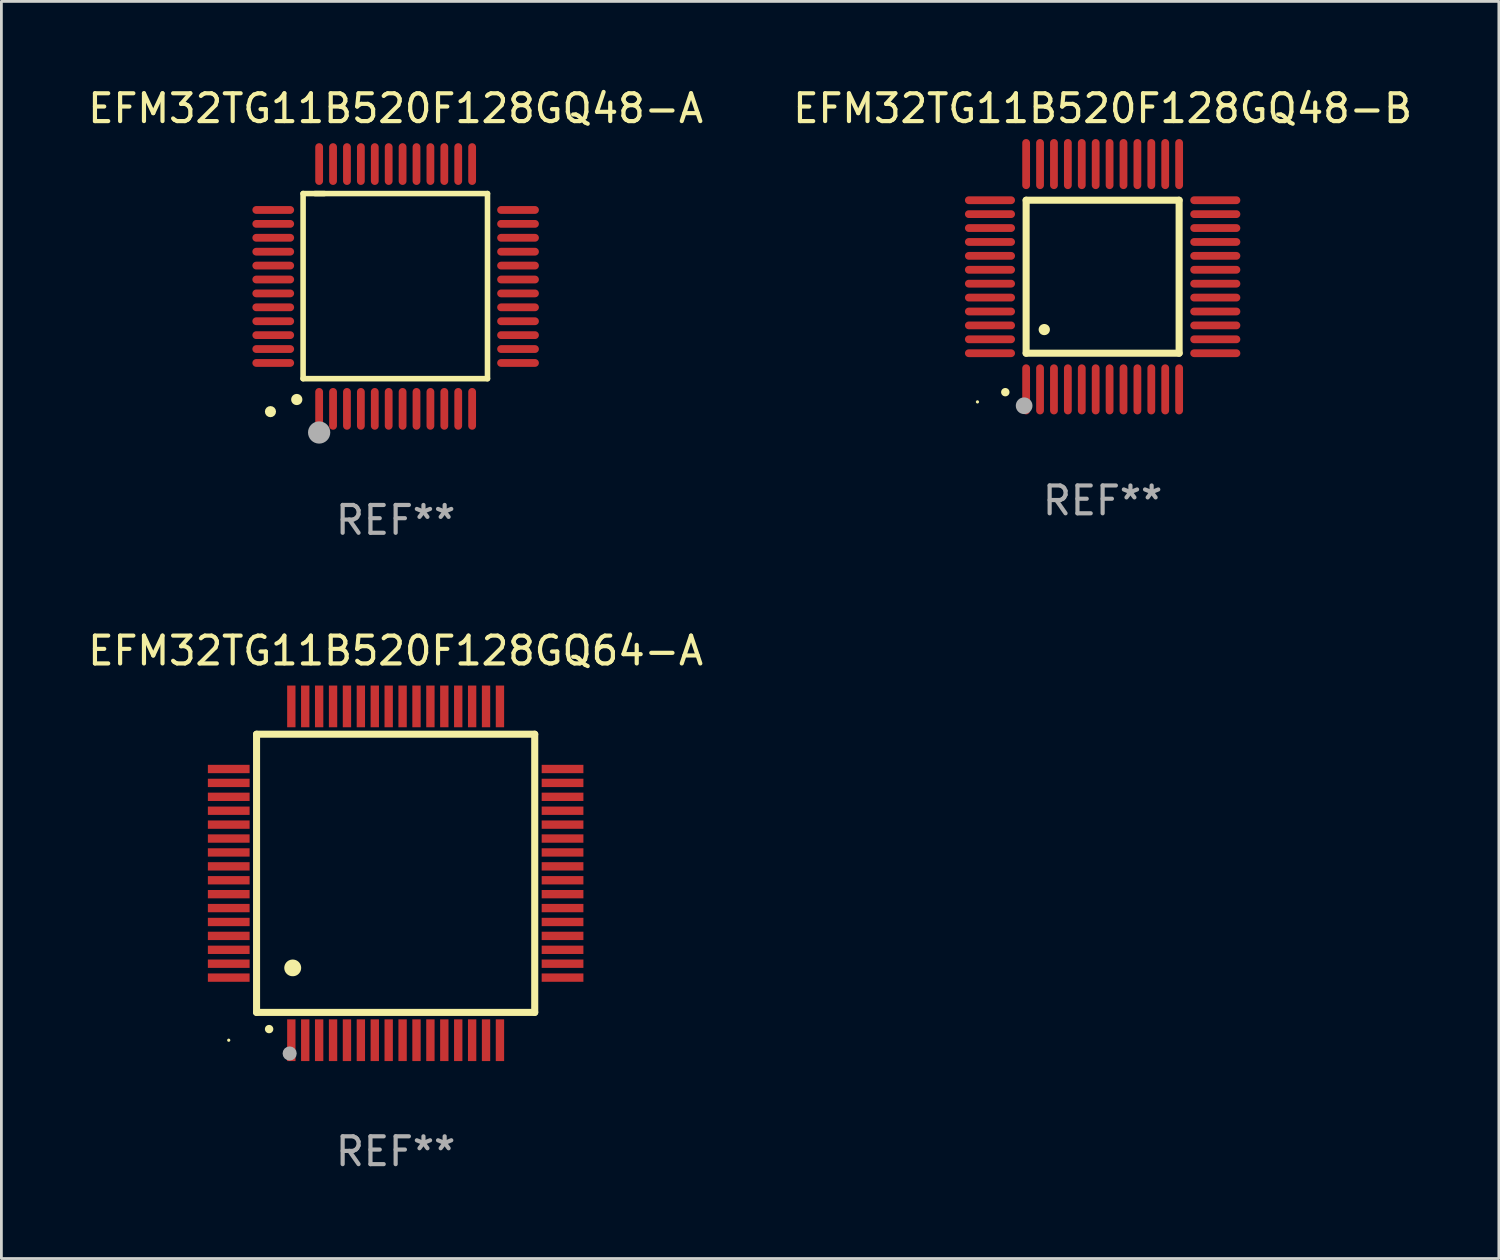
<source format=kicad_pcb>
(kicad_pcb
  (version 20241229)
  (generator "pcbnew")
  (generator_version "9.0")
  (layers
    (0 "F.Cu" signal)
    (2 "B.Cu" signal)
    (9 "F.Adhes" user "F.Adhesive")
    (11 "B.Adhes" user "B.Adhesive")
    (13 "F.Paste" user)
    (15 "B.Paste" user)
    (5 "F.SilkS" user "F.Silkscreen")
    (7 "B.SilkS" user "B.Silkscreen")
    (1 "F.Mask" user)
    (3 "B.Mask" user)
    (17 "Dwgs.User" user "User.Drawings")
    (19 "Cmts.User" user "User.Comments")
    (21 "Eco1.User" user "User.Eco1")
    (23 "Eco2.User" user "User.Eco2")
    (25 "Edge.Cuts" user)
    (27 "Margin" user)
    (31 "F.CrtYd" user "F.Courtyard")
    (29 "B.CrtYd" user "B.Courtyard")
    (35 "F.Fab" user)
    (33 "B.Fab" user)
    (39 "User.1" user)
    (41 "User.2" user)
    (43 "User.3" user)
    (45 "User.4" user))
  (footprint "EFM32TG11B520F128GQ48-B"
    (layer "F.Cu")
    (at 36.589 6.898)
    (property "Reference" "EFM32TG11B520F128GQ48-B" (at 0 -6.05 0) (layer "F.SilkS") (effects (font (size 1 1) (thickness 0.15))))
    (attr through_hole)
    (fp_line (start -2.75 -2.75) (end 2.75 -2.75) (stroke (width 0.254) (type solid)) (layer "F.SilkS"))
    (fp_line (start -2.75 2.75) (end -2.75 -2.75) (stroke (width 0.254) (type solid)) (layer "F.SilkS"))
    (fp_line (start 2.75 -2.75) (end 2.75 2.75) (stroke (width 0.254) (type solid)) (layer "F.SilkS"))
    (fp_line (start 2.75 2.75) (end -2.75 2.75) (stroke (width 0.254) (type solid)) (layer "F.SilkS"))
    (fp_arc (start -3.500127 4.150368) (mid -3.498857 4.150363) (end -3.497587 4.150368) (stroke (width 0.3) (type solid)) (layer "F.SilkS"))
    (fp_arc (start -2.100584 1.899924) (mid -2.098044 1.899908) (end -2.095504 1.899924) (stroke (width 0.4) (type solid)) (layer "F.SilkS"))
    (fp_circle (center -4.5 4.5) (end -4.47 4.5) (stroke (width 0.06) (type solid)) (fill no) (layer "F.SilkS"))
    (fp_circle (center -2.822 4.638) (end -2.672 4.638) (stroke (width 0.3) (type solid)) (fill no) (layer "F.Fab"))
    (fp_text user "REF**" (at 0 8.05 0) (layer "F.Fab") (effects (font (size 1 1) (thickness 0.15))))
    (pad "1" smd oval (at -2.75 4.05) (size 0.28 1.8) (layers "F.Cu" "F.Mask" "F.Paste"))
    (pad "2" smd oval (at -2.25 4.05) (size 0.28 1.8) (layers "F.Cu" "F.Mask" "F.Paste"))
    (pad "3" smd oval (at -1.75 4.05) (size 0.28 1.8) (layers "F.Cu" "F.Mask" "F.Paste"))
    (pad "4" smd oval (at -1.25 4.05) (size 0.28 1.8) (layers "F.Cu" "F.Mask" "F.Paste"))
    (pad "5" smd oval (at -0.75 4.05) (size 0.28 1.8) (layers "F.Cu" "F.Mask" "F.Paste"))
    (pad "6" smd oval (at -0.25 4.05) (size 0.28 1.8) (layers "F.Cu" "F.Mask" "F.Paste"))
    (pad "7" smd oval (at 0.25 4.05) (size 0.28 1.8) (layers "F.Cu" "F.Mask" "F.Paste"))
    (pad "8" smd oval (at 0.75 4.05) (size 0.28 1.8) (layers "F.Cu" "F.Mask" "F.Paste"))
    (pad "9" smd oval (at 1.25 4.05) (size 0.28 1.8) (layers "F.Cu" "F.Mask" "F.Paste"))
    (pad "10" smd oval (at 1.75 4.05) (size 0.28 1.8) (layers "F.Cu" "F.Mask" "F.Paste"))
    (pad "11" smd oval (at 2.25 4.05) (size 0.28 1.8) (layers "F.Cu" "F.Mask" "F.Paste"))
    (pad "12" smd oval (at 2.75 4.05) (size 0.28 1.8) (layers "F.Cu" "F.Mask" "F.Paste"))
    (pad "13" smd oval (at 4.05 2.75) (size 1.8 0.28) (layers "F.Cu" "F.Mask" "F.Paste"))
    (pad "14" smd oval (at 4.05 2.25) (size 1.8 0.28) (layers "F.Cu" "F.Mask" "F.Paste"))
    (pad "15" smd oval (at 4.05 1.75) (size 1.8 0.28) (layers "F.Cu" "F.Mask" "F.Paste"))
    (pad "16" smd oval (at 4.05 1.25) (size 1.8 0.28) (layers "F.Cu" "F.Mask" "F.Paste"))
    (pad "17" smd oval (at 4.05 0.75) (size 1.8 0.28) (layers "F.Cu" "F.Mask" "F.Paste"))
    (pad "18" smd oval (at 4.05 0.25) (size 1.8 0.28) (layers "F.Cu" "F.Mask" "F.Paste"))
    (pad "19" smd oval (at 4.05 -0.25) (size 1.8 0.28) (layers "F.Cu" "F.Mask" "F.Paste"))
    (pad "20" smd oval (at 4.05 -0.75) (size 1.8 0.28) (layers "F.Cu" "F.Mask" "F.Paste"))
    (pad "21" smd oval (at 4.05 -1.25) (size 1.8 0.28) (layers "F.Cu" "F.Mask" "F.Paste"))
    (pad "22" smd oval (at 4.05 -1.75) (size 1.8 0.28) (layers "F.Cu" "F.Mask" "F.Paste"))
    (pad "23" smd oval (at 4.05 -2.25) (size 1.8 0.28) (layers "F.Cu" "F.Mask" "F.Paste"))
    (pad "24" smd oval (at 4.05 -2.75) (size 1.8 0.28) (layers "F.Cu" "F.Mask" "F.Paste"))
    (pad "25" smd oval (at 2.75 -4.05) (size 0.28 1.8) (layers "F.Cu" "F.Mask" "F.Paste"))
    (pad "26" smd oval (at 2.25 -4.05) (size 0.28 1.8) (layers "F.Cu" "F.Mask" "F.Paste"))
    (pad "27" smd oval (at 1.75 -4.05) (size 0.28 1.8) (layers "F.Cu" "F.Mask" "F.Paste"))
    (pad "28" smd oval (at 1.25 -4.05) (size 0.28 1.8) (layers "F.Cu" "F.Mask" "F.Paste"))
    (pad "29" smd oval (at 0.75 -4.05) (size 0.28 1.8) (layers "F.Cu" "F.Mask" "F.Paste"))
    (pad "30" smd oval (at 0.25 -4.05) (size 0.28 1.8) (layers "F.Cu" "F.Mask" "F.Paste"))
    (pad "31" smd oval (at -0.25 -4.05) (size 0.28 1.8) (layers "F.Cu" "F.Mask" "F.Paste"))
    (pad "32" smd oval (at -0.75 -4.05) (size 0.28 1.8) (layers "F.Cu" "F.Mask" "F.Paste"))
    (pad "33" smd oval (at -1.25 -4.05) (size 0.28 1.8) (layers "F.Cu" "F.Mask" "F.Paste"))
    (pad "34" smd oval (at -1.75 -4.05) (size 0.28 1.8) (layers "F.Cu" "F.Mask" "F.Paste"))
    (pad "35" smd oval (at -2.25 -4.05) (size 0.28 1.8) (layers "F.Cu" "F.Mask" "F.Paste"))
    (pad "36" smd oval (at -2.75 -4.05) (size 0.28 1.8) (layers "F.Cu" "F.Mask" "F.Paste"))
    (pad "37" smd oval (at -4.05 -2.75) (size 1.8 0.28) (layers "F.Cu" "F.Mask" "F.Paste"))
    (pad "38" smd oval (at -4.05 -2.25) (size 1.8 0.28) (layers "F.Cu" "F.Mask" "F.Paste"))
    (pad "39" smd oval (at -4.05 -1.75) (size 1.8 0.28) (layers "F.Cu" "F.Mask" "F.Paste"))
    (pad "40" smd oval (at -4.05 -1.25) (size 1.8 0.28) (layers "F.Cu" "F.Mask" "F.Paste"))
    (pad "41" smd oval (at -4.05 -0.75) (size 1.8 0.28) (layers "F.Cu" "F.Mask" "F.Paste"))
    (pad "42" smd oval (at -4.05 -0.25) (size 1.8 0.28) (layers "F.Cu" "F.Mask" "F.Paste"))
    (pad "43" smd oval (at -4.05 0.25) (size 1.8 0.28) (layers "F.Cu" "F.Mask" "F.Paste"))
    (pad "44" smd oval (at -4.05 0.75) (size 1.8 0.28) (layers "F.Cu" "F.Mask" "F.Paste"))
    (pad "45" smd oval (at -4.05 1.25) (size 1.8 0.28) (layers "F.Cu" "F.Mask" "F.Paste"))
    (pad "46" smd oval (at -4.05 1.75) (size 1.8 0.28) (layers "F.Cu" "F.Mask" "F.Paste"))
    (pad "47" smd oval (at -4.05 2.25) (size 1.8 0.28) (layers "F.Cu" "F.Mask" "F.Paste"))
    (pad "48" smd oval (at -4.05 2.75) (size 1.8 0.28) (layers "F.Cu" "F.Mask" "F.Paste")))
  (footprint "EFM32TG11B520F128GQ48-A"
    (layer "F.Cu")
    (at 11.173 7.248)
    (property "Reference" "EFM32TG11B520F128GQ48-A" (at 0 -6.4 0) (layer "F.SilkS") (effects (font (size 1 1) (thickness 0.15))))
    (attr through_hole)
    (fp_line (start -3.327 -3.34) (end -2.565 -3.34) (stroke (width 0.2) (type solid)) (layer "F.SilkS"))
    (fp_line (start -3.327 3.315) (end -3.327 -3.34) (stroke (width 0.2) (type solid)) (layer "F.SilkS"))
    (fp_line (start -2.896 -3.34) (end 3.302 -3.34) (stroke (width 0.2) (type solid)) (layer "F.SilkS"))
    (fp_line (start 3.302 -3.34) (end 3.302 3.315) (stroke (width 0.2) (type solid)) (layer "F.SilkS"))
    (fp_line (start 3.302 3.315) (end -3.327 3.315) (stroke (width 0.2) (type solid)) (layer "F.SilkS"))
    (fp_arc (start -3.556007 4.064008) (mid -3.554737 4.064004) (end -3.553467 4.064008) (stroke (width 0.4) (type solid)) (layer "F.SilkS"))
    (fp_circle (center -4.5 4.5) (end -4.4 4.5) (stroke (width 0.2) (type solid)) (fill no) (layer "F.SilkS"))
    (fp_circle (center -2.75 5.25) (end -2.55 5.25) (stroke (width 0.4) (type solid)) (fill no) (layer "F.Fab"))
    (fp_text user "REF**" (at 0 8.4 0) (layer "F.Fab") (effects (font (size 1 1) (thickness 0.15))))
    (pad "1" smd oval (at -2.75 4.4 180) (size 0.28 1.5) (layers "F.Cu" "F.Mask" "F.Paste"))
    (pad "2" smd oval (at -2.25 4.4 180) (size 0.28 1.5) (layers "F.Cu" "F.Mask" "F.Paste"))
    (pad "3" smd oval (at -1.75 4.4 180) (size 0.28 1.5) (layers "F.Cu" "F.Mask" "F.Paste"))
    (pad "4" smd oval (at -1.25 4.4 180) (size 0.28 1.5) (layers "F.Cu" "F.Mask" "F.Paste"))
    (pad "5" smd oval (at -0.75 4.4 180) (size 0.28 1.5) (layers "F.Cu" "F.Mask" "F.Paste"))
    (pad "6" smd oval (at -0.25 4.4 180) (size 0.28 1.5) (layers "F.Cu" "F.Mask" "F.Paste"))
    (pad "7" smd oval (at 0.25 4.4 180) (size 0.28 1.5) (layers "F.Cu" "F.Mask" "F.Paste"))
    (pad "8" smd oval (at 0.75 4.4 180) (size 0.28 1.5) (layers "F.Cu" "F.Mask" "F.Paste"))
    (pad "9" smd oval (at 1.25 4.4 180) (size 0.28 1.5) (layers "F.Cu" "F.Mask" "F.Paste"))
    (pad "10" smd oval (at 1.75 4.4 180) (size 0.28 1.5) (layers "F.Cu" "F.Mask" "F.Paste"))
    (pad "11" smd oval (at 2.25 4.4 180) (size 0.28 1.5) (layers "F.Cu" "F.Mask" "F.Paste"))
    (pad "12" smd oval (at 2.75 4.4 180) (size 0.28 1.5) (layers "F.Cu" "F.Mask" "F.Paste"))
    (pad "13" smd oval (at 4.4 2.75 90) (size 0.28 1.5) (layers "F.Cu" "F.Mask" "F.Paste"))
    (pad "14" smd oval (at 4.4 2.25 90) (size 0.28 1.5) (layers "F.Cu" "F.Mask" "F.Paste"))
    (pad "15" smd oval (at 4.4 1.75 90) (size 0.28 1.5) (layers "F.Cu" "F.Mask" "F.Paste"))
    (pad "16" smd oval (at 4.4 1.25 90) (size 0.28 1.5) (layers "F.Cu" "F.Mask" "F.Paste"))
    (pad "17" smd oval (at 4.4 0.75 90) (size 0.28 1.5) (layers "F.Cu" "F.Mask" "F.Paste"))
    (pad "18" smd oval (at 4.4 0.25 90) (size 0.28 1.5) (layers "F.Cu" "F.Mask" "F.Paste"))
    (pad "19" smd oval (at 4.4 -0.25 90) (size 0.28 1.5) (layers "F.Cu" "F.Mask" "F.Paste"))
    (pad "20" smd oval (at 4.4 -0.75 90) (size 0.28 1.5) (layers "F.Cu" "F.Mask" "F.Paste"))
    (pad "21" smd oval (at 4.4 -1.25 90) (size 0.28 1.5) (layers "F.Cu" "F.Mask" "F.Paste"))
    (pad "22" smd oval (at 4.4 -1.75 90) (size 0.28 1.5) (layers "F.Cu" "F.Mask" "F.Paste"))
    (pad "23" smd oval (at 4.4 -2.25 90) (size 0.28 1.5) (layers "F.Cu" "F.Mask" "F.Paste"))
    (pad "24" smd oval (at 4.4 -2.75 90) (size 0.28 1.5) (layers "F.Cu" "F.Mask" "F.Paste"))
    (pad "25" smd oval (at 2.75 -4.4 180) (size 0.28 1.5) (layers "F.Cu" "F.Mask" "F.Paste"))
    (pad "26" smd oval (at 2.25 -4.4 180) (size 0.28 1.5) (layers "F.Cu" "F.Mask" "F.Paste"))
    (pad "27" smd oval (at 1.75 -4.4 180) (size 0.28 1.5) (layers "F.Cu" "F.Mask" "F.Paste"))
    (pad "28" smd oval (at 1.25 -4.4 180) (size 0.28 1.5) (layers "F.Cu" "F.Mask" "F.Paste"))
    (pad "29" smd oval (at 0.75 -4.4 180) (size 0.28 1.5) (layers "F.Cu" "F.Mask" "F.Paste"))
    (pad "30" smd oval (at 0.25 -4.4 180) (size 0.28 1.5) (layers "F.Cu" "F.Mask" "F.Paste"))
    (pad "31" smd oval (at -0.25 -4.4 180) (size 0.28 1.5) (layers "F.Cu" "F.Mask" "F.Paste"))
    (pad "32" smd oval (at -0.75 -4.4 180) (size 0.28 1.5) (layers "F.Cu" "F.Mask" "F.Paste"))
    (pad "33" smd oval (at -1.25 -4.4 180) (size 0.28 1.5) (layers "F.Cu" "F.Mask" "F.Paste"))
    (pad "34" smd oval (at -1.75 -4.4 180) (size 0.28 1.5) (layers "F.Cu" "F.Mask" "F.Paste"))
    (pad "35" smd oval (at -2.25 -4.4 180) (size 0.28 1.5) (layers "F.Cu" "F.Mask" "F.Paste"))
    (pad "36" smd oval (at -2.75 -4.4 180) (size 0.28 1.5) (layers "F.Cu" "F.Mask" "F.Paste"))
    (pad "37" smd oval (at -4.4 -2.75 90) (size 0.28 1.5) (layers "F.Cu" "F.Mask" "F.Paste"))
    (pad "38" smd oval (at -4.4 -2.25 90) (size 0.28 1.5) (layers "F.Cu" "F.Mask" "F.Paste"))
    (pad "39" smd oval (at -4.4 -1.75 90) (size 0.28 1.5) (layers "F.Cu" "F.Mask" "F.Paste"))
    (pad "40" smd oval (at -4.4 -1.25 90) (size 0.28 1.5) (layers "F.Cu" "F.Mask" "F.Paste"))
    (pad "41" smd oval (at -4.4 -0.75 90) (size 0.28 1.5) (layers "F.Cu" "F.Mask" "F.Paste"))
    (pad "42" smd oval (at -4.4 -0.25 90) (size 0.28 1.5) (layers "F.Cu" "F.Mask" "F.Paste"))
    (pad "43" smd oval (at -4.4 0.25 90) (size 0.28 1.5) (layers "F.Cu" "F.Mask" "F.Paste"))
    (pad "44" smd oval (at -4.4 0.75 90) (size 0.28 1.5) (layers "F.Cu" "F.Mask" "F.Paste"))
    (pad "45" smd oval (at -4.4 1.25 90) (size 0.28 1.5) (layers "F.Cu" "F.Mask" "F.Paste"))
    (pad "46" smd oval (at -4.4 1.75 90) (size 0.28 1.5) (layers "F.Cu" "F.Mask" "F.Paste"))
    (pad "47" smd oval (at -4.4 2.25 90) (size 0.28 1.5) (layers "F.Cu" "F.Mask" "F.Paste"))
    (pad "48" smd oval (at -4.4 2.75 90) (size 0.28 1.5) (layers "F.Cu" "F.Mask" "F.Paste")))
  (footprint "EFM32TG11B520F128GQ64-A"
    (layer "F.Cu")
    (at 11.173 28.345)
    (property "Reference" "EFM32TG11B520F128GQ64-A" (at 0 -8 0) (layer "F.SilkS") (effects (font (size 1 1) (thickness 0.15))))
    (attr through_hole)
    (fp_line (start -5 -5) (end -5 5) (stroke (width 0.254) (type solid)) (layer "F.SilkS"))
    (fp_line (start -5 -5) (end 5 -5) (stroke (width 0.254) (type solid)) (layer "F.SilkS"))
    (fp_line (start -5 5) (end 5 5) (stroke (width 0.254) (type solid)) (layer "F.SilkS"))
    (fp_line (start 5 -5) (end 5 5) (stroke (width 0.254) (type solid)) (layer "F.SilkS"))
    (fp_arc (start -4.549987 5.6) (mid -4.548717 5.599995) (end -4.547447 5.6) (stroke (width 0.3) (type solid)) (layer "F.SilkS"))
    (fp_arc (start -3.703835 3.400076) (mid -3.700025 3.400052) (end -3.696215 3.400076) (stroke (width 0.6) (type solid)) (layer "F.SilkS"))
    (fp_circle (center -6 6) (end -5.97 6) (stroke (width 0.06) (type solid)) (fill no) (layer "F.SilkS"))
    (fp_circle (center -3.81 6.477) (end -3.683 6.477) (stroke (width 0.254) (type solid)) (fill no) (layer "F.Fab"))
    (fp_text user "REF**" (at 0 10 0) (layer "F.Fab") (effects (font (size 1 1) (thickness 0.15))))
    (pad "1" smd rect (at -3.75 6 180) (size 0.3 1.5) (layers "F.Cu" "F.Mask" "F.Paste"))
    (pad "2" smd rect (at -3.25 6 180) (size 0.3 1.5) (layers "F.Cu" "F.Mask" "F.Paste"))
    (pad "3" smd rect (at -2.75 6 180) (size 0.3 1.5) (layers "F.Cu" "F.Mask" "F.Paste"))
    (pad "4" smd rect (at -2.25 6 180) (size 0.3 1.5) (layers "F.Cu" "F.Mask" "F.Paste"))
    (pad "5" smd rect (at -1.75 6 180) (size 0.3 1.5) (layers "F.Cu" "F.Mask" "F.Paste"))
    (pad "6" smd rect (at -1.25 6 180) (size 0.3 1.5) (layers "F.Cu" "F.Mask" "F.Paste"))
    (pad "7" smd rect (at -0.75 6 180) (size 0.3 1.5) (layers "F.Cu" "F.Mask" "F.Paste"))
    (pad "8" smd rect (at -0.25 6 180) (size 0.3 1.5) (layers "F.Cu" "F.Mask" "F.Paste"))
    (pad "9" smd rect (at 0.25 6 180) (size 0.3 1.5) (layers "F.Cu" "F.Mask" "F.Paste"))
    (pad "10" smd rect (at 0.75 6 180) (size 0.3 1.5) (layers "F.Cu" "F.Mask" "F.Paste"))
    (pad "11" smd rect (at 1.25 6 180) (size 0.3 1.5) (layers "F.Cu" "F.Mask" "F.Paste"))
    (pad "12" smd rect (at 1.75 6 180) (size 0.3 1.5) (layers "F.Cu" "F.Mask" "F.Paste"))
    (pad "13" smd rect (at 2.25 6 180) (size 0.3 1.5) (layers "F.Cu" "F.Mask" "F.Paste"))
    (pad "14" smd rect (at 2.75 6 180) (size 0.3 1.5) (layers "F.Cu" "F.Mask" "F.Paste"))
    (pad "15" smd rect (at 3.25 6 180) (size 0.3 1.5) (layers "F.Cu" "F.Mask" "F.Paste"))
    (pad "16" smd rect (at 3.75 6 180) (size 0.3 1.5) (layers "F.Cu" "F.Mask" "F.Paste"))
    (pad "17" smd rect (at 6 3.75 90) (size 0.3 1.5) (layers "F.Cu" "F.Mask" "F.Paste"))
    (pad "18" smd rect (at 6 3.25 90) (size 0.3 1.5) (layers "F.Cu" "F.Mask" "F.Paste"))
    (pad "19" smd rect (at 6 2.75 90) (size 0.3 1.5) (layers "F.Cu" "F.Mask" "F.Paste"))
    (pad "20" smd rect (at 6 2.25 90) (size 0.3 1.5) (layers "F.Cu" "F.Mask" "F.Paste"))
    (pad "21" smd rect (at 6 1.75 90) (size 0.3 1.5) (layers "F.Cu" "F.Mask" "F.Paste"))
    (pad "22" smd rect (at 6 1.25 90) (size 0.3 1.5) (layers "F.Cu" "F.Mask" "F.Paste"))
    (pad "23" smd rect (at 6 0.75 90) (size 0.3 1.5) (layers "F.Cu" "F.Mask" "F.Paste"))
    (pad "24" smd rect (at 6 0.25 90) (size 0.3 1.5) (layers "F.Cu" "F.Mask" "F.Paste"))
    (pad "25" smd rect (at 6 -0.25 90) (size 0.3 1.5) (layers "F.Cu" "F.Mask" "F.Paste"))
    (pad "26" smd rect (at 6 -0.75 90) (size 0.3 1.5) (layers "F.Cu" "F.Mask" "F.Paste"))
    (pad "27" smd rect (at 6 -1.25 90) (size 0.3 1.5) (layers "F.Cu" "F.Mask" "F.Paste"))
    (pad "28" smd rect (at 6 -1.75 90) (size 0.3 1.5) (layers "F.Cu" "F.Mask" "F.Paste"))
    (pad "29" smd rect (at 6 -2.25 90) (size 0.3 1.5) (layers "F.Cu" "F.Mask" "F.Paste"))
    (pad "30" smd rect (at 6 -2.75 90) (size 0.3 1.5) (layers "F.Cu" "F.Mask" "F.Paste"))
    (pad "31" smd rect (at 6 -3.25 90) (size 0.3 1.5) (layers "F.Cu" "F.Mask" "F.Paste"))
    (pad "32" smd rect (at 6 -3.75 90) (size 0.3 1.5) (layers "F.Cu" "F.Mask" "F.Paste"))
    (pad "33" smd rect (at 3.75 -6 180) (size 0.3 1.5) (layers "F.Cu" "F.Mask" "F.Paste"))
    (pad "34" smd rect (at 3.25 -6 180) (size 0.3 1.5) (layers "F.Cu" "F.Mask" "F.Paste"))
    (pad "35" smd rect (at 2.75 -6 180) (size 0.3 1.5) (layers "F.Cu" "F.Mask" "F.Paste"))
    (pad "36" smd rect (at 2.25 -6 180) (size 0.3 1.5) (layers "F.Cu" "F.Mask" "F.Paste"))
    (pad "37" smd rect (at 1.75 -6 180) (size 0.3 1.5) (layers "F.Cu" "F.Mask" "F.Paste"))
    (pad "38" smd rect (at 1.25 -6 180) (size 0.3 1.5) (layers "F.Cu" "F.Mask" "F.Paste"))
    (pad "39" smd rect (at 0.75 -6 180) (size 0.3 1.5) (layers "F.Cu" "F.Mask" "F.Paste"))
    (pad "40" smd rect (at 0.25 -6 180) (size 0.3 1.5) (layers "F.Cu" "F.Mask" "F.Paste"))
    (pad "41" smd rect (at -0.25 -6 180) (size 0.3 1.5) (layers "F.Cu" "F.Mask" "F.Paste"))
    (pad "42" smd rect (at -0.75 -6 180) (size 0.3 1.5) (layers "F.Cu" "F.Mask" "F.Paste"))
    (pad "43" smd rect (at -1.25 -6 180) (size 0.3 1.5) (layers "F.Cu" "F.Mask" "F.Paste"))
    (pad "44" smd rect (at -1.75 -6 180) (size 0.3 1.5) (layers "F.Cu" "F.Mask" "F.Paste"))
    (pad "45" smd rect (at -2.25 -6 180) (size 0.3 1.5) (layers "F.Cu" "F.Mask" "F.Paste"))
    (pad "46" smd rect (at -2.75 -6 180) (size 0.3 1.5) (layers "F.Cu" "F.Mask" "F.Paste"))
    (pad "47" smd rect (at -3.25 -6 180) (size 0.3 1.5) (layers "F.Cu" "F.Mask" "F.Paste"))
    (pad "48" smd rect (at -3.75 -6 180) (size 0.3 1.5) (layers "F.Cu" "F.Mask" "F.Paste"))
    (pad "49" smd rect (at -6 -3.75 90) (size 0.3 1.5) (layers "F.Cu" "F.Mask" "F.Paste"))
    (pad "50" smd rect (at -6 -3.25 90) (size 0.3 1.5) (layers "F.Cu" "F.Mask" "F.Paste"))
    (pad "51" smd rect (at -6 -2.75 90) (size 0.3 1.5) (layers "F.Cu" "F.Mask" "F.Paste"))
    (pad "52" smd rect (at -6 -2.25 90) (size 0.3 1.5) (layers "F.Cu" "F.Mask" "F.Paste"))
    (pad "53" smd rect (at -6 -1.75 90) (size 0.3 1.5) (layers "F.Cu" "F.Mask" "F.Paste"))
    (pad "54" smd rect (at -6 -1.25 90) (size 0.3 1.5) (layers "F.Cu" "F.Mask" "F.Paste"))
    (pad "55" smd rect (at -6 -0.75 90) (size 0.3 1.5) (layers "F.Cu" "F.Mask" "F.Paste"))
    (pad "56" smd rect (at -6 -0.25 90) (size 0.3 1.5) (layers "F.Cu" "F.Mask" "F.Paste"))
    (pad "57" smd rect (at -6 0.25 90) (size 0.3 1.5) (layers "F.Cu" "F.Mask" "F.Paste"))
    (pad "58" smd rect (at -6 0.75 90) (size 0.3 1.5) (layers "F.Cu" "F.Mask" "F.Paste"))
    (pad "59" smd rect (at -6 1.25 90) (size 0.3 1.5) (layers "F.Cu" "F.Mask" "F.Paste"))
    (pad "60" smd rect (at -6 1.75 90) (size 0.3 1.5) (layers "F.Cu" "F.Mask" "F.Paste"))
    (pad "61" smd rect (at -6 2.25 90) (size 0.3 1.5) (layers "F.Cu" "F.Mask" "F.Paste"))
    (pad "62" smd rect (at -6 2.75 90) (size 0.3 1.5) (layers "F.Cu" "F.Mask" "F.Paste"))
    (pad "63" smd rect (at -6 3.25 90) (size 0.3 1.5) (layers "F.Cu" "F.Mask" "F.Paste"))
    (pad "64" smd rect (at -6 3.75 90) (size 0.3 1.5) (layers "F.Cu" "F.Mask" "F.Paste")))
  (gr_rect
    (start -3 -3)
    (end 50.833 42.193)
    (stroke (width 0.1) (type default))
    (fill no)
    (layer "Edge.Cuts")))
</source>
